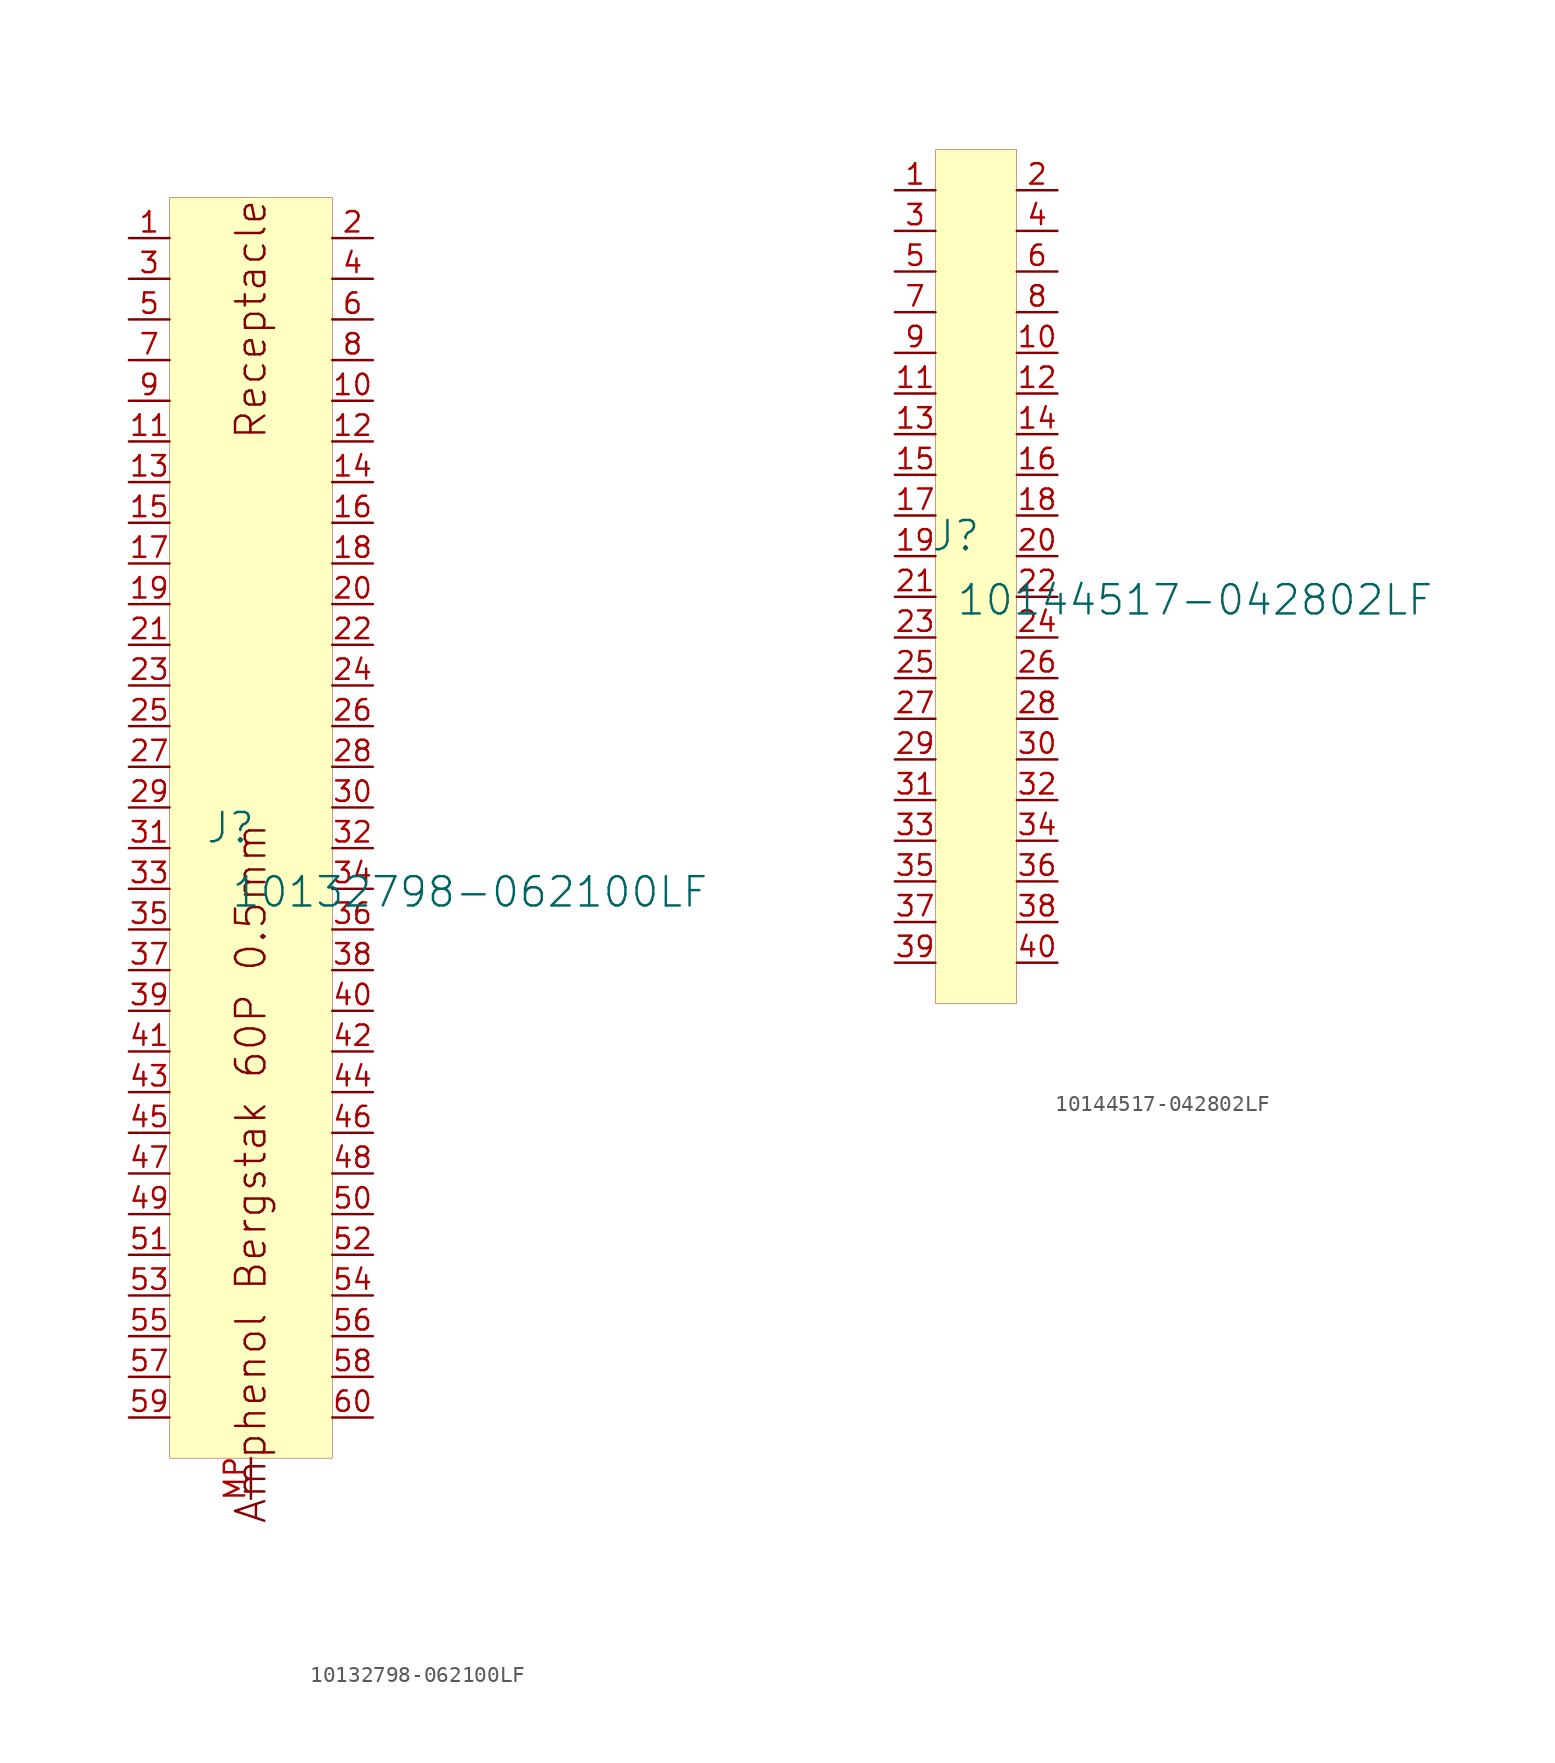
<source format=kicad_sym>
(kicad_symbol_lib
  (version 20231120)
  (generator "kicad_symbol_editor")
  (generator_version "8.0")
  (symbol "10132798-062100LF"
    (property "Reference" "J"
      (at -1.27 1.27 0)
      (effects (font (size 1.829 1.829))))
    (property "Value" "10132798-062100LF"
      (at -1.27 -3.81 0)
      (effects (font (size 1.829 1.829)) (justify left bottom)))
    (symbol "10132798-062100LF_1_0"
      (rectangle (start 5.08 40.64) (end -5.08 -38.1) (stroke (width 0.025) (type solid) (color 128 0 0 1)) (fill (type background)))
      (text "Amphenol Bergstak 60P 0.5mm" (at 0 -20.32 900) (effects (font (size 1.829 1.829))))
      (text "Receptacle" (at 0 33.02 900) (effects (font (size 1.829 1.829))))
      (pin passive line (at -7.62 38.1 0) (length 2.54) (name "" (effects (font (size 1.27 1.27)))) (number "1" (effects (font (size 1.27 1.27)))))
      (pin passive line (at 7.62 27.94 180) (length 2.54) (name "" (effects (font (size 1.27 1.27)))) (number "10" (effects (font (size 1.27 1.27)))))
      (pin passive line (at -7.62 25.4 0) (length 2.54) (name "" (effects (font (size 1.27 1.27)))) (number "11" (effects (font (size 1.27 1.27)))))
      (pin passive line (at 7.62 25.4 180) (length 2.54) (name "" (effects (font (size 1.27 1.27)))) (number "12" (effects (font (size 1.27 1.27)))))
      (pin passive line (at -7.62 22.86 0) (length 2.54) (name "" (effects (font (size 1.27 1.27)))) (number "13" (effects (font (size 1.27 1.27)))))
      (pin passive line (at 7.62 22.86 180) (length 2.54) (name "" (effects (font (size 1.27 1.27)))) (number "14" (effects (font (size 1.27 1.27)))))
      (pin passive line (at -7.62 20.32 0) (length 2.54) (name "" (effects (font (size 1.27 1.27)))) (number "15" (effects (font (size 1.27 1.27)))))
      (pin passive line (at 7.62 20.32 180) (length 2.54) (name "" (effects (font (size 1.27 1.27)))) (number "16" (effects (font (size 1.27 1.27)))))
      (pin passive line (at -7.62 17.78 0) (length 2.54) (name "" (effects (font (size 1.27 1.27)))) (number "17" (effects (font (size 1.27 1.27)))))
      (pin passive line (at 7.62 17.78 180) (length 2.54) (name "" (effects (font (size 1.27 1.27)))) (number "18" (effects (font (size 1.27 1.27)))))
      (pin passive line (at -7.62 15.24 0) (length 2.54) (name "" (effects (font (size 1.27 1.27)))) (number "19" (effects (font (size 1.27 1.27)))))
      (pin passive line (at 7.62 38.1 180) (length 2.54) (name "" (effects (font (size 1.27 1.27)))) (number "2" (effects (font (size 1.27 1.27)))))
      (pin passive line (at 7.62 15.24 180) (length 2.54) (name "" (effects (font (size 1.27 1.27)))) (number "20" (effects (font (size 1.27 1.27)))))
      (pin passive line (at -7.62 12.7 0) (length 2.54) (name "" (effects (font (size 1.27 1.27)))) (number "21" (effects (font (size 1.27 1.27)))))
      (pin passive line (at 7.62 12.7 180) (length 2.54) (name "" (effects (font (size 1.27 1.27)))) (number "22" (effects (font (size 1.27 1.27)))))
      (pin passive line (at -7.62 10.16 0) (length 2.54) (name "" (effects (font (size 1.27 1.27)))) (number "23" (effects (font (size 1.27 1.27)))))
      (pin passive line (at 7.62 10.16 180) (length 2.54) (name "" (effects (font (size 1.27 1.27)))) (number "24" (effects (font (size 1.27 1.27)))))
      (pin passive line (at -7.62 7.62 0) (length 2.54) (name "" (effects (font (size 1.27 1.27)))) (number "25" (effects (font (size 1.27 1.27)))))
      (pin passive line (at 7.62 7.62 180) (length 2.54) (name "" (effects (font (size 1.27 1.27)))) (number "26" (effects (font (size 1.27 1.27)))))
      (pin passive line (at -7.62 5.08 0) (length 2.54) (name "" (effects (font (size 1.27 1.27)))) (number "27" (effects (font (size 1.27 1.27)))))
      (pin passive line (at 7.62 5.08 180) (length 2.54) (name "" (effects (font (size 1.27 1.27)))) (number "28" (effects (font (size 1.27 1.27)))))
      (pin passive line (at -7.62 2.54 0) (length 2.54) (name "" (effects (font (size 1.27 1.27)))) (number "29" (effects (font (size 1.27 1.27)))))
      (pin passive line (at -7.62 35.56 0) (length 2.54) (name "" (effects (font (size 1.27 1.27)))) (number "3" (effects (font (size 1.27 1.27)))))
      (pin passive line (at 7.62 2.54 180) (length 2.54) (name "" (effects (font (size 1.27 1.27)))) (number "30" (effects (font (size 1.27 1.27)))))
      (pin passive line (at -7.62 0 0) (length 2.54) (name "" (effects (font (size 1.27 1.27)))) (number "31" (effects (font (size 1.27 1.27)))))
      (pin passive line (at 7.62 0 180) (length 2.54) (name "" (effects (font (size 1.27 1.27)))) (number "32" (effects (font (size 1.27 1.27)))))
      (pin passive line (at -7.62 -2.54 0) (length 2.54) (name "" (effects (font (size 1.27 1.27)))) (number "33" (effects (font (size 1.27 1.27)))))
      (pin passive line (at 7.62 -2.54 180) (length 2.54) (name "" (effects (font (size 1.27 1.27)))) (number "34" (effects (font (size 1.27 1.27)))))
      (pin passive line (at -7.62 -5.08 0) (length 2.54) (name "" (effects (font (size 1.27 1.27)))) (number "35" (effects (font (size 1.27 1.27)))))
      (pin passive line (at 7.62 -5.08 180) (length 2.54) (name "" (effects (font (size 1.27 1.27)))) (number "36" (effects (font (size 1.27 1.27)))))
      (pin passive line (at -7.62 -7.62 0) (length 2.54) (name "" (effects (font (size 1.27 1.27)))) (number "37" (effects (font (size 1.27 1.27)))))
      (pin passive line (at 7.62 -7.62 180) (length 2.54) (name "" (effects (font (size 1.27 1.27)))) (number "38" (effects (font (size 1.27 1.27)))))
      (pin passive line (at -7.62 -10.16 0) (length 2.54) (name "" (effects (font (size 1.27 1.27)))) (number "39" (effects (font (size 1.27 1.27)))))
      (pin passive line (at 7.62 35.56 180) (length 2.54) (name "" (effects (font (size 1.27 1.27)))) (number "4" (effects (font (size 1.27 1.27)))))
      (pin passive line (at 7.62 -10.16 180) (length 2.54) (name "" (effects (font (size 1.27 1.27)))) (number "40" (effects (font (size 1.27 1.27)))))
      (pin passive line (at -7.62 -12.7 0) (length 2.54) (name "" (effects (font (size 1.27 1.27)))) (number "41" (effects (font (size 1.27 1.27)))))
      (pin passive line (at 7.62 -12.7 180) (length 2.54) (name "" (effects (font (size 1.27 1.27)))) (number "42" (effects (font (size 1.27 1.27)))))
      (pin passive line (at -7.62 -15.24 0) (length 2.54) (name "" (effects (font (size 1.27 1.27)))) (number "43" (effects (font (size 1.27 1.27)))))
      (pin passive line (at 7.62 -15.24 180) (length 2.54) (name "" (effects (font (size 1.27 1.27)))) (number "44" (effects (font (size 1.27 1.27)))))
      (pin passive line (at -7.62 -17.78 0) (length 2.54) (name "" (effects (font (size 1.27 1.27)))) (number "45" (effects (font (size 1.27 1.27)))))
      (pin passive line (at 7.62 -17.78 180) (length 2.54) (name "" (effects (font (size 1.27 1.27)))) (number "46" (effects (font (size 1.27 1.27)))))
      (pin passive line (at -7.62 -20.32 0) (length 2.54) (name "" (effects (font (size 1.27 1.27)))) (number "47" (effects (font (size 1.27 1.27)))))
      (pin passive line (at 7.62 -20.32 180) (length 2.54) (name "" (effects (font (size 1.27 1.27)))) (number "48" (effects (font (size 1.27 1.27)))))
      (pin passive line (at -7.62 -22.86 0) (length 2.54) (name "" (effects (font (size 1.27 1.27)))) (number "49" (effects (font (size 1.27 1.27)))))
      (pin passive line (at -7.62 33.02 0) (length 2.54) (name "" (effects (font (size 1.27 1.27)))) (number "5" (effects (font (size 1.27 1.27)))))
      (pin passive line (at 7.62 -22.86 180) (length 2.54) (name "" (effects (font (size 1.27 1.27)))) (number "50" (effects (font (size 1.27 1.27)))))
      (pin passive line (at -7.62 -25.4 0) (length 2.54) (name "" (effects (font (size 1.27 1.27)))) (number "51" (effects (font (size 1.27 1.27)))))
      (pin passive line (at 7.62 -25.4 180) (length 2.54) (name "" (effects (font (size 1.27 1.27)))) (number "52" (effects (font (size 1.27 1.27)))))
      (pin passive line (at -7.62 -27.94 0) (length 2.54) (name "" (effects (font (size 1.27 1.27)))) (number "53" (effects (font (size 1.27 1.27)))))
      (pin passive line (at 7.62 -27.94 180) (length 2.54) (name "" (effects (font (size 1.27 1.27)))) (number "54" (effects (font (size 1.27 1.27)))))
      (pin passive line (at -7.62 -30.48 0) (length 2.54) (name "" (effects (font (size 1.27 1.27)))) (number "55" (effects (font (size 1.27 1.27)))))
      (pin passive line (at 7.62 -30.48 180) (length 2.54) (name "" (effects (font (size 1.27 1.27)))) (number "56" (effects (font (size 1.27 1.27)))))
      (pin passive line (at -7.62 -33.02 0) (length 2.54) (name "" (effects (font (size 1.27 1.27)))) (number "57" (effects (font (size 1.27 1.27)))))
      (pin passive line (at 7.62 -33.02 180) (length 2.54) (name "" (effects (font (size 1.27 1.27)))) (number "58" (effects (font (size 1.27 1.27)))))
      (pin passive line (at -7.62 -35.56 0) (length 2.54) (name "" (effects (font (size 1.27 1.27)))) (number "59" (effects (font (size 1.27 1.27)))))
      (pin passive line (at 7.62 33.02 180) (length 2.54) (name "" (effects (font (size 1.27 1.27)))) (number "6" (effects (font (size 1.27 1.27)))))
      (pin passive line (at 7.62 -35.56 180) (length 2.54) (name "" (effects (font (size 1.27 1.27)))) (number "60" (effects (font (size 1.27 1.27)))))
      (pin passive line (at -7.62 30.48 0) (length 2.54) (name "" (effects (font (size 1.27 1.27)))) (number "7" (effects (font (size 1.27 1.27)))))
      (pin passive line (at 7.62 30.48 180) (length 2.54) (name "" (effects (font (size 1.27 1.27)))) (number "8" (effects (font (size 1.27 1.27)))))
      (pin passive line (at -7.62 27.94 0) (length 2.54) (name "" (effects (font (size 1.27 1.27)))) (number "9" (effects (font (size 1.27 1.27)))))
      (pin passive line (at 0 -40.64 90) (length 2.54) (name "" (effects (font (size 0 0)))) (number "MP" (effects (font (size 1.27 1.27)))))))
  (symbol "10144517-042802LF"
    (property "Reference" "J"
      (at -1.27 1.27 0)
      (effects (font (size 1.829 1.829))))
    (property "Value" "10144517-042802LF"
      (at -1.27 -3.81 0)
      (effects (font (size 1.829 1.829)) (justify left bottom)))
    (symbol "10144517-042802LF_1_0"
      (rectangle (start 2.54 25.4) (end -2.54 -27.94) (stroke (width 0.025) (type solid) (color 128 0 0 1)) (fill (type background)))
      (pin passive line (at -5.08 22.86 0) (length 2.54) (name "" (effects (font (size 1.27 1.27)))) (number "1" (effects (font (size 1.27 1.27)))))
      (pin passive line (at 5.08 12.7 180) (length 2.54) (name "" (effects (font (size 1.27 1.27)))) (number "10" (effects (font (size 1.27 1.27)))))
      (pin passive line (at -5.08 10.16 0) (length 2.54) (name "" (effects (font (size 1.27 1.27)))) (number "11" (effects (font (size 1.27 1.27)))))
      (pin passive line (at 5.08 10.16 180) (length 2.54) (name "" (effects (font (size 1.27 1.27)))) (number "12" (effects (font (size 1.27 1.27)))))
      (pin passive line (at -5.08 7.62 0) (length 2.54) (name "" (effects (font (size 1.27 1.27)))) (number "13" (effects (font (size 1.27 1.27)))))
      (pin passive line (at 5.08 7.62 180) (length 2.54) (name "" (effects (font (size 1.27 1.27)))) (number "14" (effects (font (size 1.27 1.27)))))
      (pin passive line (at -5.08 5.08 0) (length 2.54) (name "" (effects (font (size 1.27 1.27)))) (number "15" (effects (font (size 1.27 1.27)))))
      (pin passive line (at 5.08 5.08 180) (length 2.54) (name "" (effects (font (size 1.27 1.27)))) (number "16" (effects (font (size 1.27 1.27)))))
      (pin passive line (at -5.08 2.54 0) (length 2.54) (name "" (effects (font (size 1.27 1.27)))) (number "17" (effects (font (size 1.27 1.27)))))
      (pin passive line (at 5.08 2.54 180) (length 2.54) (name "" (effects (font (size 1.27 1.27)))) (number "18" (effects (font (size 1.27 1.27)))))
      (pin passive line (at -5.08 0 0) (length 2.54) (name "" (effects (font (size 1.27 1.27)))) (number "19" (effects (font (size 1.27 1.27)))))
      (pin passive line (at 5.08 22.86 180) (length 2.54) (name "" (effects (font (size 1.27 1.27)))) (number "2" (effects (font (size 1.27 1.27)))))
      (pin passive line (at 5.08 0 180) (length 2.54) (name "" (effects (font (size 1.27 1.27)))) (number "20" (effects (font (size 1.27 1.27)))))
      (pin passive line (at -5.08 -2.54 0) (length 2.54) (name "" (effects (font (size 1.27 1.27)))) (number "21" (effects (font (size 1.27 1.27)))))
      (pin passive line (at 5.08 -2.54 180) (length 2.54) (name "" (effects (font (size 1.27 1.27)))) (number "22" (effects (font (size 1.27 1.27)))))
      (pin passive line (at -5.08 -5.08 0) (length 2.54) (name "" (effects (font (size 1.27 1.27)))) (number "23" (effects (font (size 1.27 1.27)))))
      (pin passive line (at 5.08 -5.08 180) (length 2.54) (name "" (effects (font (size 1.27 1.27)))) (number "24" (effects (font (size 1.27 1.27)))))
      (pin passive line (at -5.08 -7.62 0) (length 2.54) (name "" (effects (font (size 1.27 1.27)))) (number "25" (effects (font (size 1.27 1.27)))))
      (pin passive line (at 5.08 -7.62 180) (length 2.54) (name "" (effects (font (size 1.27 1.27)))) (number "26" (effects (font (size 1.27 1.27)))))
      (pin passive line (at -5.08 -10.16 0) (length 2.54) (name "" (effects (font (size 1.27 1.27)))) (number "27" (effects (font (size 1.27 1.27)))))
      (pin passive line (at 5.08 -10.16 180) (length 2.54) (name "" (effects (font (size 1.27 1.27)))) (number "28" (effects (font (size 1.27 1.27)))))
      (pin passive line (at -5.08 -12.7 0) (length 2.54) (name "" (effects (font (size 1.27 1.27)))) (number "29" (effects (font (size 1.27 1.27)))))
      (pin passive line (at -5.08 20.32 0) (length 2.54) (name "" (effects (font (size 1.27 1.27)))) (number "3" (effects (font (size 1.27 1.27)))))
      (pin passive line (at 5.08 -12.7 180) (length 2.54) (name "" (effects (font (size 1.27 1.27)))) (number "30" (effects (font (size 1.27 1.27)))))
      (pin passive line (at -5.08 -15.24 0) (length 2.54) (name "" (effects (font (size 1.27 1.27)))) (number "31" (effects (font (size 1.27 1.27)))))
      (pin passive line (at 5.08 -15.24 180) (length 2.54) (name "" (effects (font (size 1.27 1.27)))) (number "32" (effects (font (size 1.27 1.27)))))
      (pin passive line (at -5.08 -17.78 0) (length 2.54) (name "" (effects (font (size 1.27 1.27)))) (number "33" (effects (font (size 1.27 1.27)))))
      (pin passive line (at 5.08 -17.78 180) (length 2.54) (name "" (effects (font (size 1.27 1.27)))) (number "34" (effects (font (size 1.27 1.27)))))
      (pin passive line (at -5.08 -20.32 0) (length 2.54) (name "" (effects (font (size 1.27 1.27)))) (number "35" (effects (font (size 1.27 1.27)))))
      (pin passive line (at 5.08 -20.32 180) (length 2.54) (name "" (effects (font (size 1.27 1.27)))) (number "36" (effects (font (size 1.27 1.27)))))
      (pin passive line (at -5.08 -22.86 0) (length 2.54) (name "" (effects (font (size 1.27 1.27)))) (number "37" (effects (font (size 1.27 1.27)))))
      (pin passive line (at 5.08 -22.86 180) (length 2.54) (name "" (effects (font (size 1.27 1.27)))) (number "38" (effects (font (size 1.27 1.27)))))
      (pin passive line (at -5.08 -25.4 0) (length 2.54) (name "" (effects (font (size 1.27 1.27)))) (number "39" (effects (font (size 1.27 1.27)))))
      (pin passive line (at 5.08 20.32 180) (length 2.54) (name "" (effects (font (size 1.27 1.27)))) (number "4" (effects (font (size 1.27 1.27)))))
      (pin passive line (at 5.08 -25.4 180) (length 2.54) (name "" (effects (font (size 1.27 1.27)))) (number "40" (effects (font (size 1.27 1.27)))))
      (pin passive line (at -5.08 17.78 0) (length 2.54) (name "" (effects (font (size 1.27 1.27)))) (number "5" (effects (font (size 1.27 1.27)))))
      (pin passive line (at 5.08 17.78 180) (length 2.54) (name "" (effects (font (size 1.27 1.27)))) (number "6" (effects (font (size 1.27 1.27)))))
      (pin passive line (at -5.08 15.24 0) (length 2.54) (name "" (effects (font (size 1.27 1.27)))) (number "7" (effects (font (size 1.27 1.27)))))
      (pin passive line (at 5.08 15.24 180) (length 2.54) (name "" (effects (font (size 1.27 1.27)))) (number "8" (effects (font (size 1.27 1.27)))))
      (pin passive line (at -5.08 12.7 0) (length 2.54) (name "" (effects (font (size 1.27 1.27)))) (number "9" (effects (font (size 1.27 1.27))))))))
</source>
